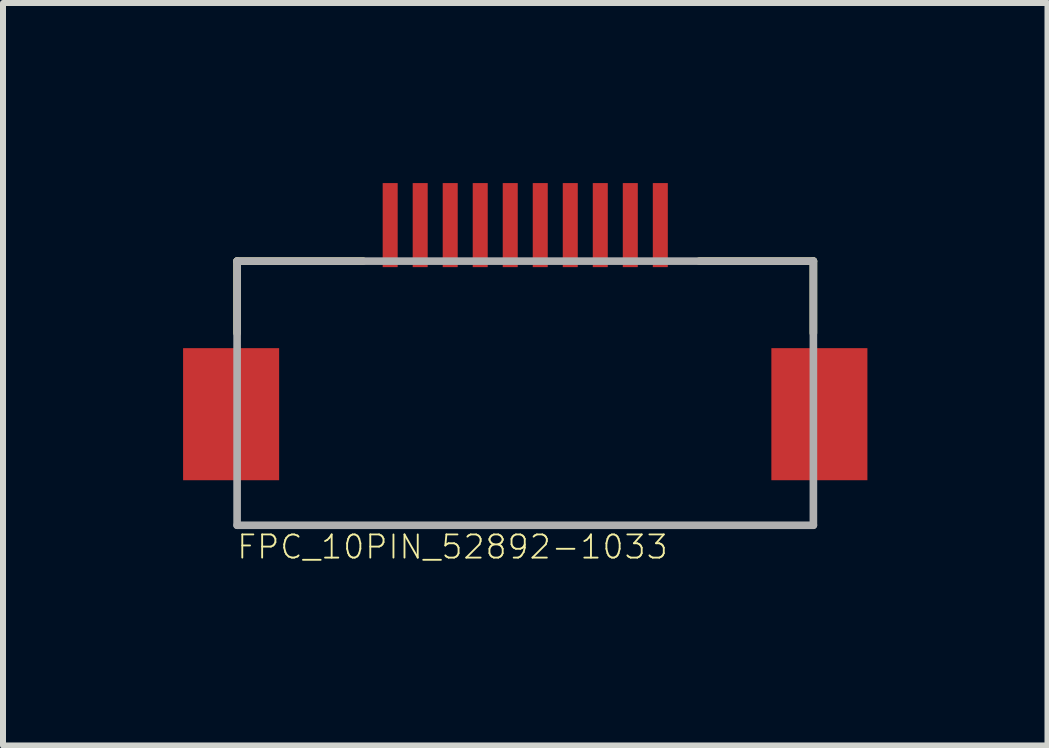
<source format=kicad_pcb>
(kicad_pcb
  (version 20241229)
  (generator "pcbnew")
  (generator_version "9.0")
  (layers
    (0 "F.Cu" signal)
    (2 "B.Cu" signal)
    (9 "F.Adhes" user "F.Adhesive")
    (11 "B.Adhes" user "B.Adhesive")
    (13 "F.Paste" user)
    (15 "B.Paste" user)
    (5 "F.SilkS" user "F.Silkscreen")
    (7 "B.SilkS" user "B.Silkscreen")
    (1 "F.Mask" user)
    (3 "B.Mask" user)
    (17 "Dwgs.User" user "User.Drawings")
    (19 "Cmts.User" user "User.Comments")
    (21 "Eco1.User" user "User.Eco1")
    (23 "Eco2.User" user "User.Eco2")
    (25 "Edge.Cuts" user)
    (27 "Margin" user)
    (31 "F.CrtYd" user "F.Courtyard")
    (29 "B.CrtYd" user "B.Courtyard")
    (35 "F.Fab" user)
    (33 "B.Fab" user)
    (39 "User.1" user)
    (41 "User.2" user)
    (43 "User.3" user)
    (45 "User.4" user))
  (footprint "FPC_10PIN_52892-1033"
    (layer "F.Cu")
    (at 5.7 0.7)
    (property "Reference" "FPC_10PIN_52892-1033" (at -4.826 5.588 180) (layer "F.SilkS") (effects (font (size 0.386 0.386) (thickness 0.031)) (justify left bottom)))
    (attr smd)
    (fp_line (start -4.8 0.6) (end -4.8 1.8) (stroke (width 0.127) (type solid)) (layer "F.SilkS"))
    (fp_line (start -2.7 0.6) (end -4.8 0.6) (stroke (width 0.127) (type solid)) (layer "F.SilkS"))
    (fp_line (start 2.9 0.6) (end 4.8 0.6) (stroke (width 0.127) (type solid)) (layer "F.SilkS"))
    (fp_line (start 4.8 0.6) (end 4.8 1.8) (stroke (width 0.127) (type solid)) (layer "F.SilkS"))
    (fp_line (start -4.8 0.6) (end -4.8 5) (stroke (width 0.127) (type solid)) (layer "F.Fab"))
    (fp_line (start -4.8 0.6) (end 4.8 0.6) (stroke (width 0.127) (type solid)) (layer "F.Fab"))
    (fp_line (start -4.8 5) (end 4.8 5) (stroke (width 0.127) (type solid)) (layer "F.Fab"))
    (fp_line (start 4.8 0.6) (end 4.8 5) (stroke (width 0.127) (type solid)) (layer "F.Fab"))
    (pad "DISP" smd rect (at -0.25 0) (size 0.25 1.4) (layers "F.Cu" "F.Mask" "F.Paste"))
    (pad "EXTCOMIN" smd rect (at -0.75 0) (size 0.25 1.4) (layers "F.Cu" "F.Mask" "F.Paste"))
    (pad "EXTMODE" smd rect (at 1.25 0) (size 0.25 1.4) (layers "F.Cu" "F.Mask" "F.Paste"))
    (pad "SCLK" smd rect (at -2.25 0) (size 0.25 1.4) (layers "F.Cu" "F.Mask" "F.Paste"))
    (pad "SCS" smd rect (at -1.25 0) (size 0.25 1.4) (layers "F.Cu" "F.Mask" "F.Paste"))
    (pad "SI" smd rect (at -1.75 0) (size 0.25 1.4) (layers "F.Cu" "F.Mask" "F.Paste"))
    (pad "SUPPORT1" smd rect (at -4.9 3.15) (size 1.6 2.2) (layers "F.Cu" "F.Mask" "F.Paste"))
    (pad "SUPPORT2" smd rect (at 4.9 3.15) (size 1.6 2.2) (layers "F.Cu" "F.Mask" "F.Paste"))
    (pad "VDD" smd rect (at 0.75 0) (size 0.25 1.4) (layers "F.Cu" "F.Mask" "F.Paste"))
    (pad "VDDA" smd rect (at 0.25 0) (size 0.25 1.4) (layers "F.Cu" "F.Mask" "F.Paste"))
    (pad "VSS" smd rect (at 1.75 0) (size 0.25 1.4) (layers "F.Cu" "F.Mask" "F.Paste"))
    (pad "VSSA" smd rect (at 2.25 0) (size 0.25 1.4) (layers "F.Cu" "F.Mask" "F.Paste")))
  (gr_rect
    (start -3 -3)
    (end 14.4 9.369)
    (stroke (width 0.1) (type default))
    (fill no)
    (layer "Edge.Cuts")))
</source>
